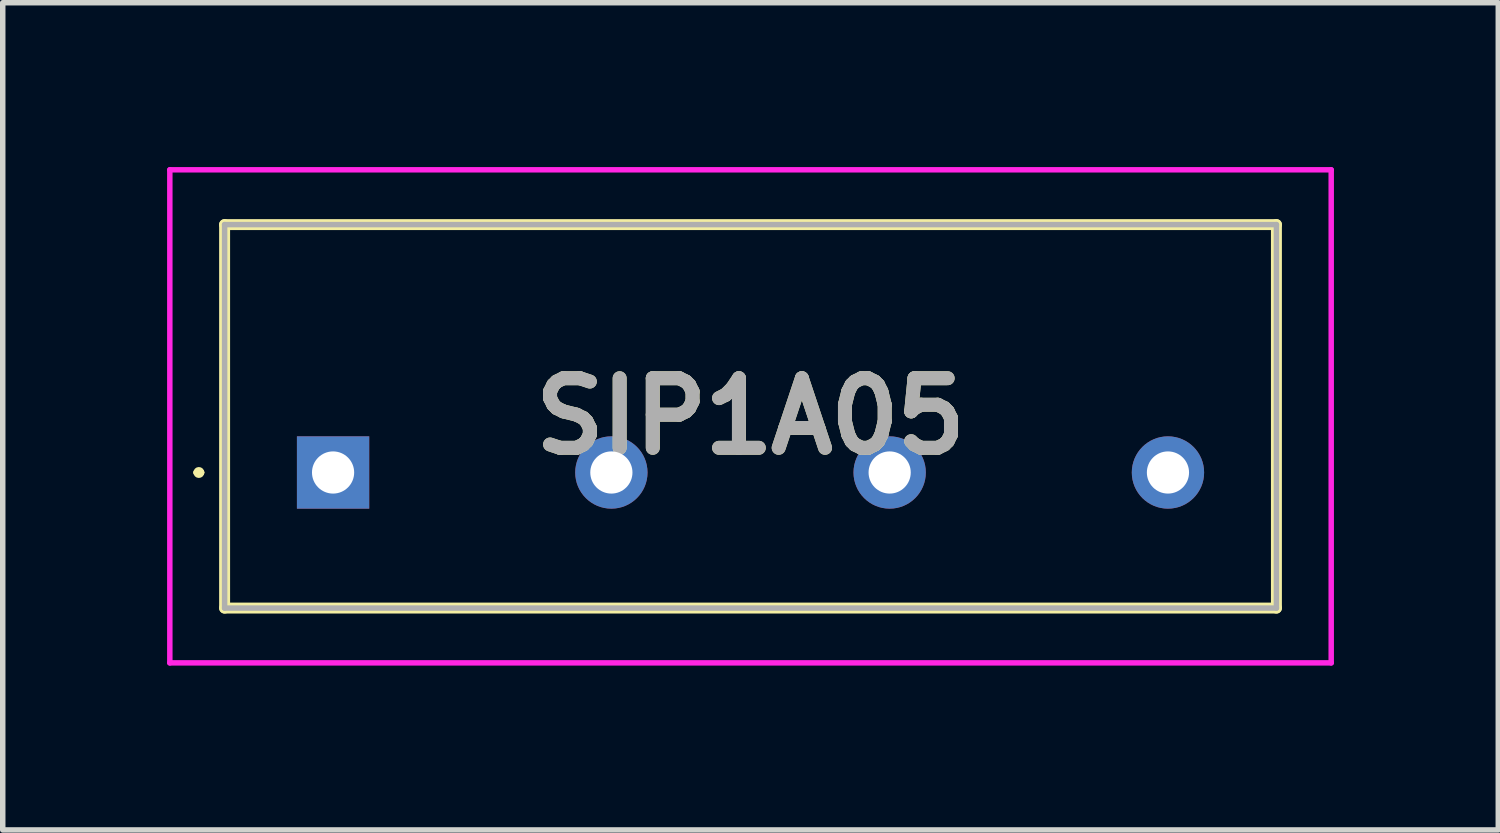
<source format=kicad_pcb>
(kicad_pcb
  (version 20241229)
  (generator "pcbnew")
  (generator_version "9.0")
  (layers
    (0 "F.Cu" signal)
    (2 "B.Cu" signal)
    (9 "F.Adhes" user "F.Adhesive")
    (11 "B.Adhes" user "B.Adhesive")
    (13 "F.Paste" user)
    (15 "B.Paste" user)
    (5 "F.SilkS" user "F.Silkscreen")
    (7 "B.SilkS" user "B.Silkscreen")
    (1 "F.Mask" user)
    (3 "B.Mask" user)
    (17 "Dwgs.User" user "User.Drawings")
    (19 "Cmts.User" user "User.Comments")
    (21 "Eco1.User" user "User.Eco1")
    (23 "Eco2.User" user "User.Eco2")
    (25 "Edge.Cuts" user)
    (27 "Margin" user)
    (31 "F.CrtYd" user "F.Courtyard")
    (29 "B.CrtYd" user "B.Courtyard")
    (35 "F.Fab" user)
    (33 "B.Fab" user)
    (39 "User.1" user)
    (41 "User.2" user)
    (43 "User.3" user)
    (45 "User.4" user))
  (footprint "SIP1A05"
    (layer "F.Cu")
    (at 3.03 5.575)
    (property "Reference" "SIP1A05" (at 7.62 -1.025 0) (layer "F.SilkS") (effects (font (size 1.27 1.27) (thickness 0.254))))
    (attr through_hole)
    (fp_line (start -2.5 0) (end -2.5 0) (stroke (width 0.1) (type solid)) (layer "F.SilkS"))
    (fp_line (start -2.4 0) (end -2.4 0) (stroke (width 0.1) (type solid)) (layer "F.SilkS"))
    (fp_line (start -1.98 -4.525) (end -1.98 2.475) (stroke (width 0.2) (type solid)) (layer "F.SilkS"))
    (fp_line (start -1.98 2.475) (end 17.22 2.475) (stroke (width 0.2) (type solid)) (layer "F.SilkS"))
    (fp_line (start 17.22 -4.525) (end -1.98 -4.525) (stroke (width 0.2) (type solid)) (layer "F.SilkS"))
    (fp_line (start 17.22 2.475) (end 17.22 -4.525) (stroke (width 0.2) (type solid)) (layer "F.SilkS"))
    (fp_arc (start -2.5 0) (mid -2.45 -0.05) (end -2.4 0) (stroke (width 0.1) (type solid)) (layer "F.SilkS"))
    (fp_arc (start -2.4 0) (mid -2.45 0.05) (end -2.5 0) (stroke (width 0.1) (type solid)) (layer "F.SilkS"))
    (fp_line (start -2.98 -5.525) (end 18.22 -5.525) (stroke (width 0.1) (type solid)) (layer "F.CrtYd"))
    (fp_line (start -2.98 3.475) (end -2.98 -5.525) (stroke (width 0.1) (type solid)) (layer "F.CrtYd"))
    (fp_line (start 18.22 -5.525) (end 18.22 3.475) (stroke (width 0.1) (type solid)) (layer "F.CrtYd"))
    (fp_line (start 18.22 3.475) (end -2.98 3.475) (stroke (width 0.1) (type solid)) (layer "F.CrtYd"))
    (fp_line (start -1.98 -4.525) (end -1.98 2.475) (stroke (width 0.1) (type solid)) (layer "F.Fab"))
    (fp_line (start -1.98 2.475) (end 17.22 2.475) (stroke (width 0.1) (type solid)) (layer "F.Fab"))
    (fp_line (start 17.22 -4.525) (end -1.98 -4.525) (stroke (width 0.1) (type solid)) (layer "F.Fab"))
    (fp_line (start 17.22 2.475) (end 17.22 -4.525) (stroke (width 0.1) (type solid)) (layer "F.Fab"))
    (fp_text user "${REFERENCE}" (at 7.62 -1.025 0) (layer "F.Fab") (effects (font (size 1.27 1.27) (thickness 0.254))))
    (pad "1" thru_hole rect (at 0 0) (size 1.32 1.32) (drill 0.77) (layers "*.Cu" "*.Mask"))
    (pad "2" thru_hole circle (at 5.08 0) (size 1.32 1.32) (drill 0.77) (layers "*.Cu" "*.Mask"))
    (pad "6" thru_hole circle (at 10.16 0) (size 1.32 1.32) (drill 0.77) (layers "*.Cu" "*.Mask"))
    (pad "7" thru_hole circle (at 15.24 0) (size 1.32 1.32) (drill 0.77) (layers "*.Cu" "*.Mask")))
  (gr_rect
    (start -3 -3)
    (end 24.3 12.1)
    (stroke (width 0.1) (type default))
    (fill no)
    (layer "Edge.Cuts")))
</source>
